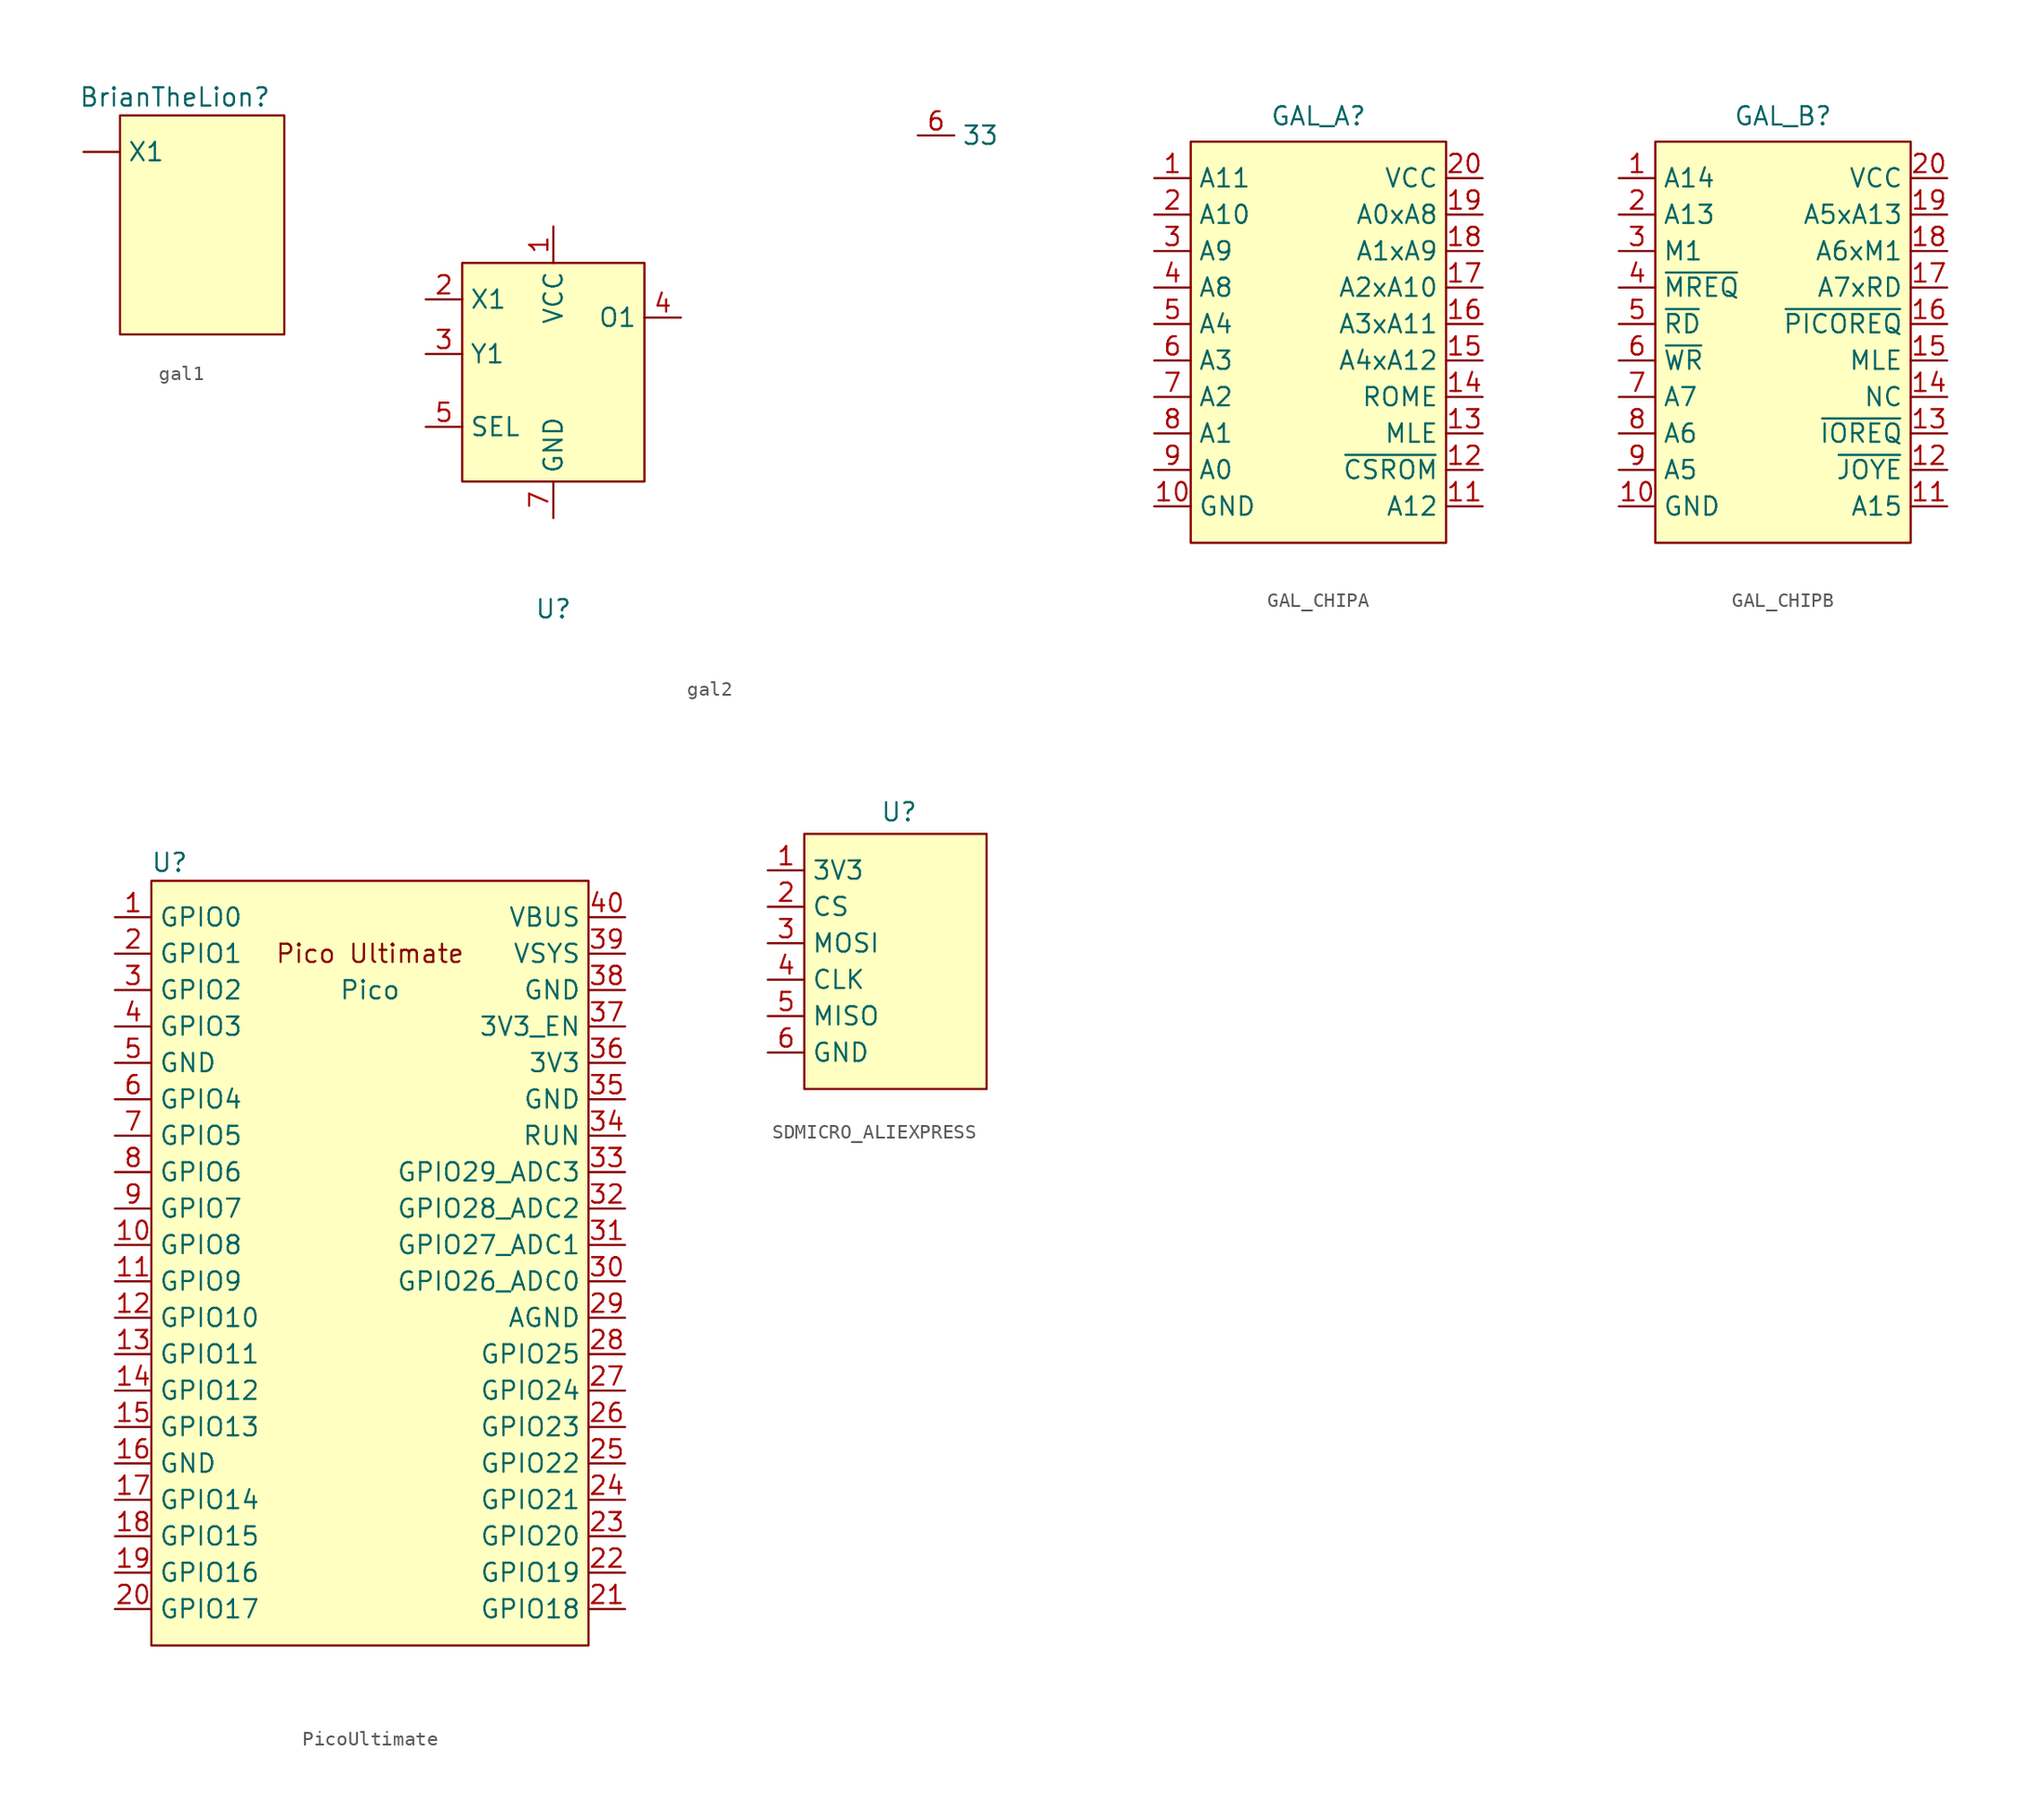
<source format=kicad_sym>
(kicad_symbol_lib
  (version 20231120)
  (generator "kicad_symbol_editor")
  (generator_version "8.0")
  (symbol "gal1"
    (property "Reference" "BrianTheLion"
      (at 0 0 0)
      (effects (font (size 1.27 1.27))))
    (property "Value" ""
      (at 0 0 0)
      (effects (font (size 1.27 1.27))))
    (symbol "gal1_1_1"
      (rectangle (start -3.81 -1.27) (end 7.62 -16.51) (stroke (width 0) (type default)) (fill (type background)))
      (pin input line (at -6.35 -3.81 0) (length 2.54) (name "X1" (effects (font (size 1.27 1.27)))) (number "" (effects (font (size 1.27 1.27)))))))
  (symbol "gal2"
    (property "Reference" "U"
      (at 0 -16.51 0)
      (effects (font (size 1.27 1.27))))
    (property "Value" ""
      (at 0 0 0)
      (effects (font (size 1.27 1.27))))
    (symbol "gal2_1_1"
      (rectangle (start -6.35 7.62) (end 6.35 -7.62) (stroke (width 0) (type default)) (fill (type background)))
      (pin power_in line (at 0 10.16 270) (length 2.54) (name "VCC" (effects (font (size 1.27 1.27)))) (number "1" (effects (font (size 1.27 1.27)))))
      (pin input line (at -8.89 5.08 0) (length 2.54) (name "X1" (effects (font (size 1.27 1.27)))) (number "2" (effects (font (size 1.27 1.27)))))
      (pin input line (at -8.89 1.27 0) (length 2.54) (name "Y1" (effects (font (size 1.27 1.27)))) (number "3" (effects (font (size 1.27 1.27)))))
      (pin output line (at 8.89 3.81 180) (length 2.54) (name "O1" (effects (font (size 1.27 1.27)))) (number "4" (effects (font (size 1.27 1.27)))))
      (pin input line (at -8.89 -3.81 0) (length 2.54) (name "SEL" (effects (font (size 1.27 1.27)))) (number "5" (effects (font (size 1.27 1.27)))))
      (pin input line (at 25.4 16.51 0) (length 2.54) (name "33" (effects (font (size 1.27 1.27)))) (number "6" (effects (font (size 1.27 1.27)))))
      (pin input line (at 0 -10.16 90) (length 2.54) (name "GND" (effects (font (size 1.27 1.27)))) (number "7" (effects (font (size 1.27 1.27)))))))
  (symbol "GAL_CHIPA"
    (property "Reference" "GAL_A"
      (at 0 15.748 0)
      (effects (font (size 1.27 1.27))))
    (property "Value" ""
      (at -1.27 5.08 0)
      (effects (font (size 1.27 1.27))))
    (symbol "GAL_CHIPA_1_1"
      (rectangle (start -8.89 13.97) (end 8.89 -13.97) (stroke (width 0) (type default)) (fill (type background)))
      (pin input line (at -11.43 11.43 0) (length 2.54) (name "A11" (effects (font (size 1.27 1.27)))) (number "1" (effects (font (size 1.27 1.27)))))
      (pin input line (at -11.43 -11.43 0) (length 2.54) (name "GND" (effects (font (size 1.27 1.27)))) (number "10" (effects (font (size 1.27 1.27)))))
      (pin input line (at 11.43 -11.43 180) (length 2.54) (name "A12" (effects (font (size 1.27 1.27)))) (number "11" (effects (font (size 1.27 1.27)))))
      (pin output line (at 11.43 -8.89 180) (length 2.54) (name "~{CSROM}" (effects (font (size 1.27 1.27)))) (number "12" (effects (font (size 1.27 1.27)))))
      (pin input line (at 11.43 -6.35 180) (length 2.54) (name "MLE" (effects (font (size 1.27 1.27)))) (number "13" (effects (font (size 1.27 1.27)))))
      (pin input line (at 11.43 -3.81 180) (length 2.54) (name "ROME" (effects (font (size 1.27 1.27)))) (number "14" (effects (font (size 1.27 1.27)))))
      (pin output line (at 11.43 -1.27 180) (length 2.54) (name "A4xA12" (effects (font (size 1.27 1.27)))) (number "15" (effects (font (size 1.27 1.27)))))
      (pin output line (at 11.43 1.27 180) (length 2.54) (name "A3xA11" (effects (font (size 1.27 1.27)))) (number "16" (effects (font (size 1.27 1.27)))))
      (pin output line (at 11.43 3.81 180) (length 2.54) (name "A2xA10" (effects (font (size 1.27 1.27)))) (number "17" (effects (font (size 1.27 1.27)))))
      (pin output line (at 11.43 6.35 180) (length 2.54) (name "A1xA9" (effects (font (size 1.27 1.27)))) (number "18" (effects (font (size 1.27 1.27)))))
      (pin output line (at 11.43 8.89 180) (length 2.54) (name "A0xA8" (effects (font (size 1.27 1.27)))) (number "19" (effects (font (size 1.27 1.27)))))
      (pin input line (at -11.43 8.89 0) (length 2.54) (name "A10" (effects (font (size 1.27 1.27)))) (number "2" (effects (font (size 1.27 1.27)))))
      (pin input line (at 11.43 11.43 180) (length 2.54) (name "VCC" (effects (font (size 1.27 1.27)))) (number "20" (effects (font (size 1.27 1.27)))))
      (pin input line (at -11.43 6.35 0) (length 2.54) (name "A9" (effects (font (size 1.27 1.27)))) (number "3" (effects (font (size 1.27 1.27)))))
      (pin input line (at -11.43 3.81 0) (length 2.54) (name "A8" (effects (font (size 1.27 1.27)))) (number "4" (effects (font (size 1.27 1.27)))))
      (pin input line (at -11.43 1.27 0) (length 2.54) (name "A4" (effects (font (size 1.27 1.27)))) (number "5" (effects (font (size 1.27 1.27)))))
      (pin input line (at -11.43 -1.27 0) (length 2.54) (name "A3" (effects (font (size 1.27 1.27)))) (number "6" (effects (font (size 1.27 1.27)))))
      (pin input line (at -11.43 -3.81 0) (length 2.54) (name "A2" (effects (font (size 1.27 1.27)))) (number "7" (effects (font (size 1.27 1.27)))))
      (pin input line (at -11.43 -6.35 0) (length 2.54) (name "A1" (effects (font (size 1.27 1.27)))) (number "8" (effects (font (size 1.27 1.27)))))
      (pin input line (at -11.43 -8.89 0) (length 2.54) (name "A0" (effects (font (size 1.27 1.27)))) (number "9" (effects (font (size 1.27 1.27)))))))
  (symbol "GAL_CHIPB"
    (property "Reference" "GAL_B"
      (at 0 15.748 0)
      (effects (font (size 1.27 1.27))))
    (property "Value" ""
      (at -1.27 5.08 0)
      (effects (font (size 1.27 1.27))))
    (symbol "GAL_CHIPB_1_1"
      (rectangle (start -8.89 13.97) (end 8.89 -13.97) (stroke (width 0) (type default)) (fill (type background)))
      (pin input line (at -11.43 11.43 0) (length 2.54) (name "A14" (effects (font (size 1.27 1.27)))) (number "1" (effects (font (size 1.27 1.27)))))
      (pin input line (at -11.43 -11.43 0) (length 2.54) (name "GND" (effects (font (size 1.27 1.27)))) (number "10" (effects (font (size 1.27 1.27)))))
      (pin input line (at 11.43 -11.43 180) (length 2.54) (name "A15" (effects (font (size 1.27 1.27)))) (number "11" (effects (font (size 1.27 1.27)))))
      (pin output line (at 11.43 -8.89 180) (length 2.54) (name "~{JOYE}" (effects (font (size 1.27 1.27)))) (number "12" (effects (font (size 1.27 1.27)))))
      (pin input line (at 11.43 -6.35 180) (length 2.54) (name "~{IOREQ}" (effects (font (size 1.27 1.27)))) (number "13" (effects (font (size 1.27 1.27)))))
      (pin input line (at 11.43 -3.81 180) (length 2.54) (name "NC" (effects (font (size 1.27 1.27)))) (number "14" (effects (font (size 1.27 1.27)))))
      (pin input line (at 11.43 -1.27 180) (length 2.54) (name "MLE" (effects (font (size 1.27 1.27)))) (number "15" (effects (font (size 1.27 1.27)))))
      (pin output line (at 11.43 1.27 180) (length 2.54) (name "~{PICOREQ}" (effects (font (size 1.27 1.27)))) (number "16" (effects (font (size 1.27 1.27)))))
      (pin output line (at 11.43 3.81 180) (length 2.54) (name "A7xRD" (effects (font (size 1.27 1.27)))) (number "17" (effects (font (size 1.27 1.27)))))
      (pin output line (at 11.43 6.35 180) (length 2.54) (name "A6xM1" (effects (font (size 1.27 1.27)))) (number "18" (effects (font (size 1.27 1.27)))))
      (pin output line (at 11.43 8.89 180) (length 2.54) (name "A5xA13" (effects (font (size 1.27 1.27)))) (number "19" (effects (font (size 1.27 1.27)))))
      (pin input line (at -11.43 8.89 0) (length 2.54) (name "A13" (effects (font (size 1.27 1.27)))) (number "2" (effects (font (size 1.27 1.27)))))
      (pin input line (at 11.43 11.43 180) (length 2.54) (name "VCC" (effects (font (size 1.27 1.27)))) (number "20" (effects (font (size 1.27 1.27)))))
      (pin input line (at -11.43 6.35 0) (length 2.54) (name "M1" (effects (font (size 1.27 1.27)))) (number "3" (effects (font (size 1.27 1.27)))))
      (pin input line (at -11.43 3.81 0) (length 2.54) (name "~{MREQ}" (effects (font (size 1.27 1.27)))) (number "4" (effects (font (size 1.27 1.27)))))
      (pin input line (at -11.43 1.27 0) (length 2.54) (name "~{RD}" (effects (font (size 1.27 1.27)))) (number "5" (effects (font (size 1.27 1.27)))))
      (pin input line (at -11.43 -1.27 0) (length 2.54) (name "~{WR}" (effects (font (size 1.27 1.27)))) (number "6" (effects (font (size 1.27 1.27)))))
      (pin input line (at -11.43 -3.81 0) (length 2.54) (name "A7" (effects (font (size 1.27 1.27)))) (number "7" (effects (font (size 1.27 1.27)))))
      (pin input line (at -11.43 -6.35 0) (length 2.54) (name "A6" (effects (font (size 1.27 1.27)))) (number "8" (effects (font (size 1.27 1.27)))))
      (pin input line (at -11.43 -8.89 0) (length 2.54) (name "A5" (effects (font (size 1.27 1.27)))) (number "9" (effects (font (size 1.27 1.27)))))))
  (symbol "PicoUltimate"
    (property "Reference" "U"
      (at -13.97 27.94 0)
      (effects (font (size 1.27 1.27))))
    (property "Value" "Pico"
      (at 0 19.05 0)
      (effects (font (size 1.27 1.27))))
    (symbol "PicoUltimate_0_1"
      (rectangle (start -15.24 26.67) (end 15.24 -26.67) (stroke (width 0) (type default)) (fill (type background))))
    (symbol "PicoUltimate_1_0"
      (text "Pico Ultimate" (at 0 21.59 0) (effects (font (size 1.27 1.27)))))
    (symbol "PicoUltimate_1_1"
      (pin bidirectional line (at -17.78 24.13 0) (length 2.54) (name "GPIO0" (effects (font (size 1.27 1.27)))) (number "1" (effects (font (size 1.27 1.27)))))
      (pin bidirectional line (at -17.78 1.27 0) (length 2.54) (name "GPIO8" (effects (font (size 1.27 1.27)))) (number "10" (effects (font (size 1.27 1.27)))))
      (pin bidirectional line (at -17.78 -1.27 0) (length 2.54) (name "GPIO9" (effects (font (size 1.27 1.27)))) (number "11" (effects (font (size 1.27 1.27)))))
      (pin bidirectional line (at -17.78 -3.81 0) (length 2.54) (name "GPIO10" (effects (font (size 1.27 1.27)))) (number "12" (effects (font (size 1.27 1.27)))))
      (pin bidirectional line (at -17.78 -6.35 0) (length 2.54) (name "GPIO11" (effects (font (size 1.27 1.27)))) (number "13" (effects (font (size 1.27 1.27)))))
      (pin bidirectional line (at -17.78 -8.89 0) (length 2.54) (name "GPIO12" (effects (font (size 1.27 1.27)))) (number "14" (effects (font (size 1.27 1.27)))))
      (pin bidirectional line (at -17.78 -11.43 0) (length 2.54) (name "GPIO13" (effects (font (size 1.27 1.27)))) (number "15" (effects (font (size 1.27 1.27)))))
      (pin power_in line (at -17.78 -13.97 0) (length 2.54) (name "GND" (effects (font (size 1.27 1.27)))) (number "16" (effects (font (size 1.27 1.27)))))
      (pin bidirectional line (at -17.78 -16.51 0) (length 2.54) (name "GPIO14" (effects (font (size 1.27 1.27)))) (number "17" (effects (font (size 1.27 1.27)))))
      (pin bidirectional line (at -17.78 -19.05 0) (length 2.54) (name "GPIO15" (effects (font (size 1.27 1.27)))) (number "18" (effects (font (size 1.27 1.27)))))
      (pin bidirectional line (at -17.78 -21.59 0) (length 2.54) (name "GPIO16" (effects (font (size 1.27 1.27)))) (number "19" (effects (font (size 1.27 1.27)))))
      (pin bidirectional line (at -17.78 21.59 0) (length 2.54) (name "GPIO1" (effects (font (size 1.27 1.27)))) (number "2" (effects (font (size 1.27 1.27)))))
      (pin bidirectional line (at -17.78 -24.13 0) (length 2.54) (name "GPIO17" (effects (font (size 1.27 1.27)))) (number "20" (effects (font (size 1.27 1.27)))))
      (pin bidirectional line (at 17.78 -24.13 180) (length 2.54) (name "GPIO18" (effects (font (size 1.27 1.27)))) (number "21" (effects (font (size 1.27 1.27)))))
      (pin bidirectional line (at 17.78 -21.59 180) (length 2.54) (name "GPIO19" (effects (font (size 1.27 1.27)))) (number "22" (effects (font (size 1.27 1.27)))))
      (pin bidirectional line (at 17.78 -19.05 180) (length 2.54) (name "GPIO20" (effects (font (size 1.27 1.27)))) (number "23" (effects (font (size 1.27 1.27)))))
      (pin bidirectional line (at 17.78 -16.51 180) (length 2.54) (name "GPIO21" (effects (font (size 1.27 1.27)))) (number "24" (effects (font (size 1.27 1.27)))))
      (pin bidirectional line (at 17.78 -13.97 180) (length 2.54) (name "GPIO22" (effects (font (size 1.27 1.27)))) (number "25" (effects (font (size 1.27 1.27)))))
      (pin bidirectional line (at 17.78 -11.43 180) (length 2.54) (name "GPIO23" (effects (font (size 1.27 1.27)))) (number "26" (effects (font (size 1.27 1.27)))))
      (pin bidirectional line (at 17.78 -8.89 180) (length 2.54) (name "GPIO24" (effects (font (size 1.27 1.27)))) (number "27" (effects (font (size 1.27 1.27)))))
      (pin bidirectional line (at 17.78 -6.35 180) (length 2.54) (name "GPIO25" (effects (font (size 1.27 1.27)))) (number "28" (effects (font (size 1.27 1.27)))))
      (pin power_in line (at 17.78 -3.81 180) (length 2.54) (name "AGND" (effects (font (size 1.27 1.27)))) (number "29" (effects (font (size 1.27 1.27)))))
      (pin power_in line (at -17.78 19.05 0) (length 2.54) (name "GPIO2" (effects (font (size 1.27 1.27)))) (number "3" (effects (font (size 1.27 1.27)))))
      (pin bidirectional line (at 17.78 -1.27 180) (length 2.54) (name "GPIO26_ADC0" (effects (font (size 1.27 1.27)))) (number "30" (effects (font (size 1.27 1.27)))))
      (pin bidirectional line (at 17.78 1.27 180) (length 2.54) (name "GPIO27_ADC1" (effects (font (size 1.27 1.27)))) (number "31" (effects (font (size 1.27 1.27)))))
      (pin bidirectional line (at 17.78 3.81 180) (length 2.54) (name "GPIO28_ADC2" (effects (font (size 1.27 1.27)))) (number "32" (effects (font (size 1.27 1.27)))))
      (pin bidirectional line (at 17.78 6.35 180) (length 2.54) (name "GPIO29_ADC3" (effects (font (size 1.27 1.27)))) (number "33" (effects (font (size 1.27 1.27)))))
      (pin input line (at 17.78 8.89 180) (length 2.54) (name "RUN" (effects (font (size 1.27 1.27)))) (number "34" (effects (font (size 1.27 1.27)))))
      (pin power_in line (at 17.78 11.43 180) (length 2.54) (name "GND" (effects (font (size 1.27 1.27)))) (number "35" (effects (font (size 1.27 1.27)))))
      (pin power_in line (at 17.78 13.97 180) (length 2.54) (name "3V3" (effects (font (size 1.27 1.27)))) (number "36" (effects (font (size 1.27 1.27)))))
      (pin input line (at 17.78 16.51 180) (length 2.54) (name "3V3_EN" (effects (font (size 1.27 1.27)))) (number "37" (effects (font (size 1.27 1.27)))))
      (pin bidirectional line (at 17.78 19.05 180) (length 2.54) (name "GND" (effects (font (size 1.27 1.27)))) (number "38" (effects (font (size 1.27 1.27)))))
      (pin power_in line (at 17.78 21.59 180) (length 2.54) (name "VSYS" (effects (font (size 1.27 1.27)))) (number "39" (effects (font (size 1.27 1.27)))))
      (pin bidirectional line (at -17.78 16.51 0) (length 2.54) (name "GPIO3" (effects (font (size 1.27 1.27)))) (number "4" (effects (font (size 1.27 1.27)))))
      (pin power_in line (at 17.78 24.13 180) (length 2.54) (name "VBUS" (effects (font (size 1.27 1.27)))) (number "40" (effects (font (size 1.27 1.27)))))
      (pin bidirectional line (at -17.78 13.97 0) (length 2.54) (name "GND" (effects (font (size 1.27 1.27)))) (number "5" (effects (font (size 1.27 1.27)))))
      (pin bidirectional line (at -17.78 11.43 0) (length 2.54) (name "GPIO4" (effects (font (size 1.27 1.27)))) (number "6" (effects (font (size 1.27 1.27)))))
      (pin bidirectional line (at -17.78 8.89 0) (length 2.54) (name "GPIO5" (effects (font (size 1.27 1.27)))) (number "7" (effects (font (size 1.27 1.27)))))
      (pin bidirectional line (at -17.78 6.35 0) (length 2.54) (name "GPIO6" (effects (font (size 1.27 1.27)))) (number "8" (effects (font (size 1.27 1.27)))))
      (pin bidirectional line (at -17.78 3.81 0) (length 2.54) (name "GPIO7" (effects (font (size 1.27 1.27)))) (number "9" (effects (font (size 1.27 1.27)))))))
  (symbol "SDMICRO_ALIEXPRESS"
    (property "Reference" "U"
      (at 0.254 6.604 0)
      (effects (font (size 1.27 1.27))))
    (property "Value" ""
      (at 0 0 0)
      (effects (font (size 1.27 1.27))))
    (symbol "SDMICRO_ALIEXPRESS_1_1"
      (rectangle (start -6.35 5.08) (end 6.35 -12.7) (stroke (width 0) (type default)) (fill (type background)))
      (pin input line (at -8.89 2.54 0) (length 2.54) (name "3V3" (effects (font (size 1.27 1.27)))) (number "1" (effects (font (size 1.27 1.27)))))
      (pin input line (at -8.89 0 0) (length 2.54) (name "CS" (effects (font (size 1.27 1.27)))) (number "2" (effects (font (size 1.27 1.27)))))
      (pin input line (at -8.89 -2.54 0) (length 2.54) (name "MOSI" (effects (font (size 1.27 1.27)))) (number "3" (effects (font (size 1.27 1.27)))))
      (pin input line (at -8.89 -5.08 0) (length 2.54) (name "CLK" (effects (font (size 1.27 1.27)))) (number "4" (effects (font (size 1.27 1.27)))))
      (pin input line (at -8.89 -7.62 0) (length 2.54) (name "MISO" (effects (font (size 1.27 1.27)))) (number "5" (effects (font (size 1.27 1.27)))))
      (pin input line (at -8.89 -10.16 0) (length 2.54) (name "GND" (effects (font (size 1.27 1.27)))) (number "6" (effects (font (size 1.27 1.27))))))))
</source>
